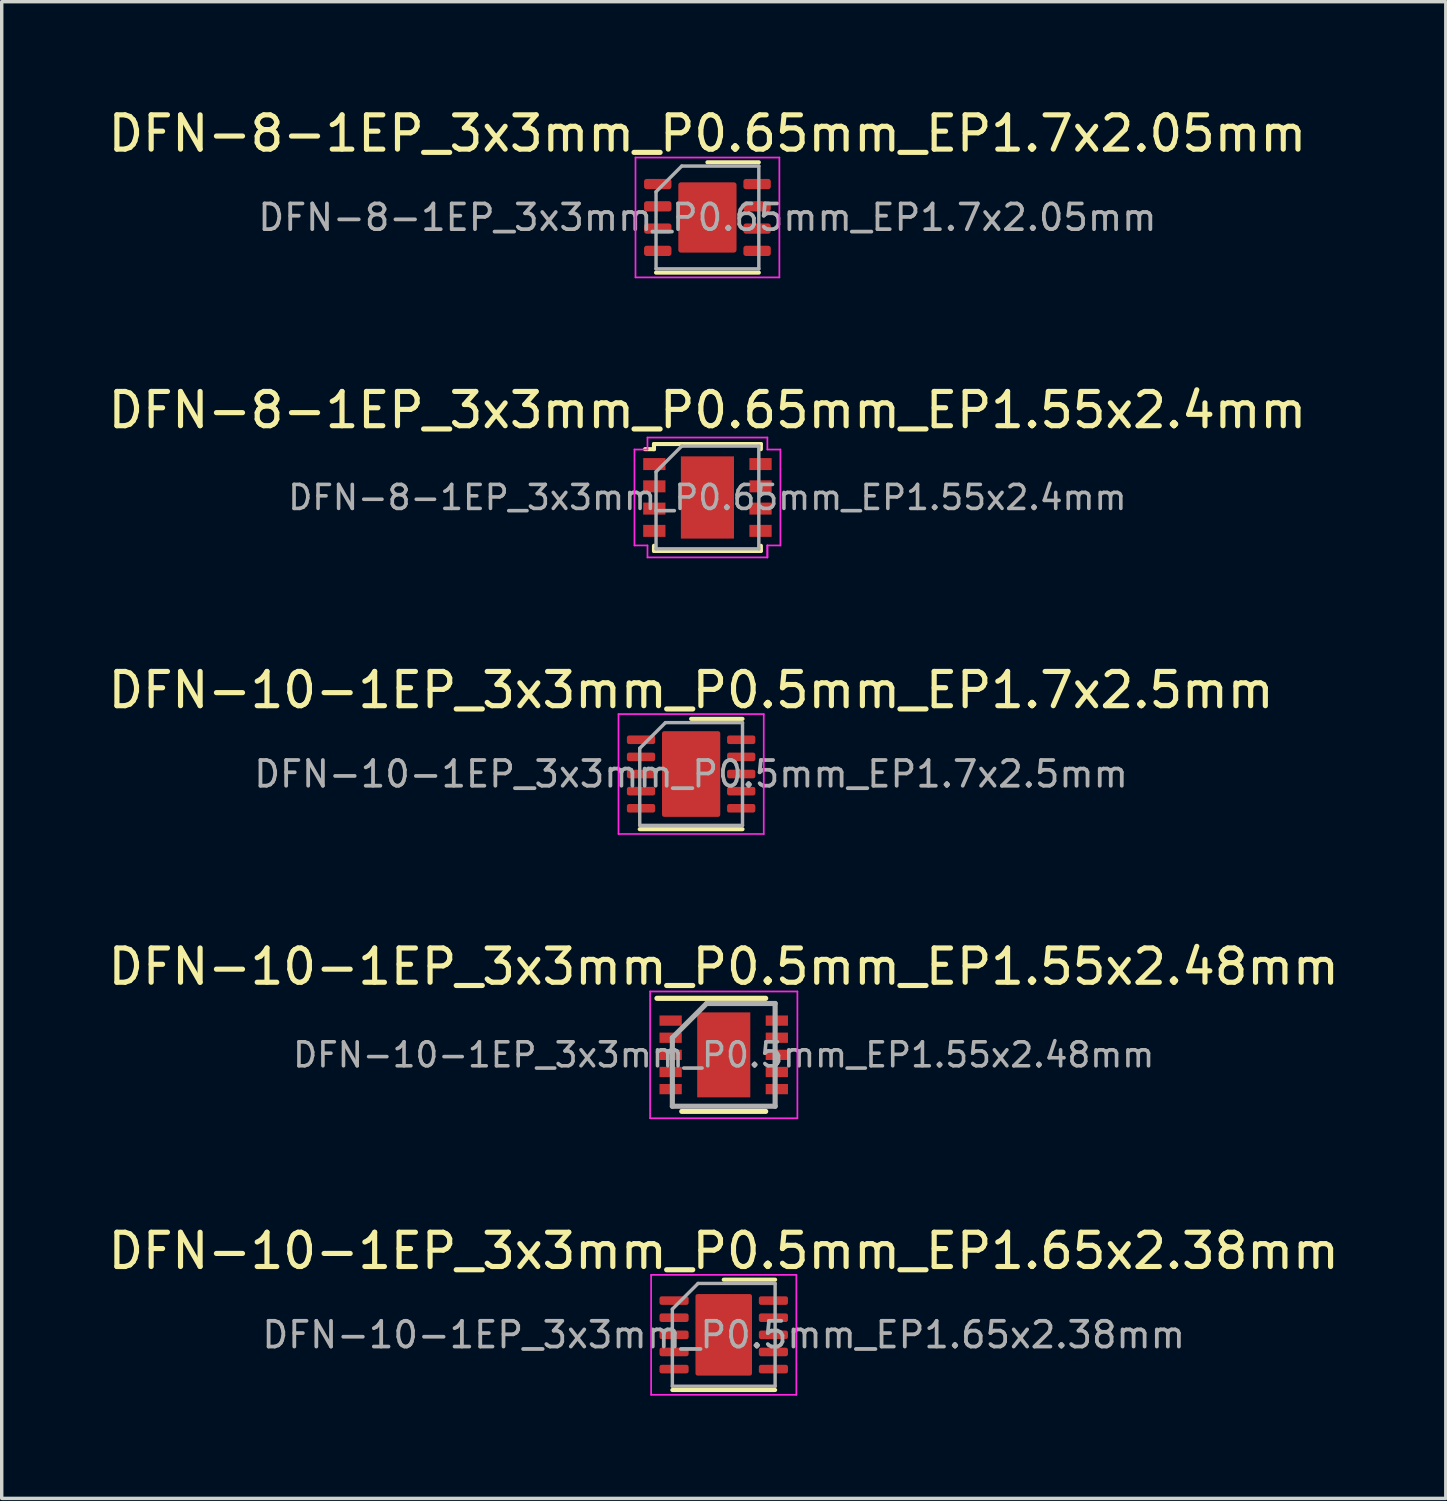
<source format=kicad_pcb>
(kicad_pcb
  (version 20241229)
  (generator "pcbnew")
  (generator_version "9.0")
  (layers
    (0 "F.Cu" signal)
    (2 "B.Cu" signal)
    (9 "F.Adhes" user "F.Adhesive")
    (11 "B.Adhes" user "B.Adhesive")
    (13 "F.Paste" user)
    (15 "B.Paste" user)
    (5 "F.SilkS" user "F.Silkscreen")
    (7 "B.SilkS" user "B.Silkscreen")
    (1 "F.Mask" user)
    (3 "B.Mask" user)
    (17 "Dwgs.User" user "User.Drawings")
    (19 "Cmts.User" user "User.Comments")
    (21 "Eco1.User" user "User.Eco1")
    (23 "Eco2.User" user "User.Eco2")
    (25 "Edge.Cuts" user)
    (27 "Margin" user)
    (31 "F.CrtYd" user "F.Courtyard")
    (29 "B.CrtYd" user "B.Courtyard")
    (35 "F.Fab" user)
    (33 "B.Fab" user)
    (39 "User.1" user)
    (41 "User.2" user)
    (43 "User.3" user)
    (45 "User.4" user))
  (footprint "DFN-8-1EP_3x3mm_P0.65mm_EP1.7x2.05mm"
    (layer "F.Cu")
    (at 17.601 3.298)
    (property "Reference" "DFN-8-1EP_3x3mm_P0.65mm_EP1.7x2.05mm" (at 0 -2.45 0) (layer "F.SilkS") (effects (font (size 1 1) (thickness 0.15))))
    (attr smd)
    (fp_line (start -1.5 1.61) (end 1.5 1.61) (stroke (width 0.12) (type solid)) (layer "F.SilkS"))
    (fp_line (start 0 -1.61) (end 1.5 -1.61) (stroke (width 0.12) (type solid)) (layer "F.SilkS"))
    (fp_line (start -2.1 -1.75) (end -2.1 1.75) (stroke (width 0.05) (type solid)) (layer "F.CrtYd"))
    (fp_line (start -2.1 1.75) (end 2.1 1.75) (stroke (width 0.05) (type solid)) (layer "F.CrtYd"))
    (fp_line (start 2.1 -1.75) (end -2.1 -1.75) (stroke (width 0.05) (type solid)) (layer "F.CrtYd"))
    (fp_line (start 2.1 1.75) (end 2.1 -1.75) (stroke (width 0.05) (type solid)) (layer "F.CrtYd"))
    (fp_line (start -1.5 -0.75) (end -0.75 -1.5) (stroke (width 0.1) (type solid)) (layer "F.Fab"))
    (fp_line (start -1.5 1.5) (end -1.5 -0.75) (stroke (width 0.1) (type solid)) (layer "F.Fab"))
    (fp_line (start -0.75 -1.5) (end 1.5 -1.5) (stroke (width 0.1) (type solid)) (layer "F.Fab"))
    (fp_line (start 1.5 -1.5) (end 1.5 1.5) (stroke (width 0.1) (type solid)) (layer "F.Fab"))
    (fp_line (start 1.5 1.5) (end -1.5 1.5) (stroke (width 0.1) (type solid)) (layer "F.Fab"))
    (fp_text user "${REFERENCE}" (at 0 0 0) (layer "F.Fab") (effects (font (size 0.75 0.75) (thickness 0.11))))
    (pad "" smd roundrect (at -0.425 -0.51) (size 0.69 0.83) (layers "F.Paste") (roundrect_rratio 0.25))
    (pad "" smd roundrect (at -0.425 0.51) (size 0.69 0.83) (layers "F.Paste") (roundrect_rratio 0.25))
    (pad "" smd roundrect (at 0.425 -0.51) (size 0.69 0.83) (layers "F.Paste") (roundrect_rratio 0.25))
    (pad "" smd roundrect (at 0.425 0.51) (size 0.69 0.83) (layers "F.Paste") (roundrect_rratio 0.25))
    (pad "1" smd roundrect (at -1.45 -0.975) (size 0.8 0.3) (layers "F.Cu" "F.Mask" "F.Paste") (roundrect_rratio 0.25))
    (pad "2" smd roundrect (at -1.45 -0.325) (size 0.8 0.3) (layers "F.Cu" "F.Mask" "F.Paste") (roundrect_rratio 0.25))
    (pad "3" smd roundrect (at -1.45 0.325) (size 0.8 0.3) (layers "F.Cu" "F.Mask" "F.Paste") (roundrect_rratio 0.25))
    (pad "4" smd roundrect (at -1.45 0.975) (size 0.8 0.3) (layers "F.Cu" "F.Mask" "F.Paste") (roundrect_rratio 0.25))
    (pad "5" smd roundrect (at 1.45 0.975) (size 0.8 0.3) (layers "F.Cu" "F.Mask" "F.Paste") (roundrect_rratio 0.25))
    (pad "6" smd roundrect (at 1.45 0.325) (size 0.8 0.3) (layers "F.Cu" "F.Mask" "F.Paste") (roundrect_rratio 0.25))
    (pad "7" smd roundrect (at 1.45 -0.325) (size 0.8 0.3) (layers "F.Cu" "F.Mask" "F.Paste") (roundrect_rratio 0.25))
    (pad "8" smd roundrect (at 1.45 -0.975) (size 0.8 0.3) (layers "F.Cu" "F.Mask" "F.Paste") (roundrect_rratio 0.25))
    (pad "9" smd roundrect (at 0 0) (size 1.7 2.05) (layers "F.Cu" "F.Mask") (roundrect_rratio 0.044)))
  (footprint "DFN-10-1EP_3x3mm_P0.5mm_EP1.7x2.5mm"
    (layer "F.Cu")
    (at 17.125 19.545)
    (property "Reference" "DFN-10-1EP_3x3mm_P0.5mm_EP1.7x2.5mm" (at 0 -2.45 0) (layer "F.SilkS") (effects (font (size 1 1) (thickness 0.15))))
    (attr smd)
    (fp_line (start -1.5 1.61) (end 1.5 1.61) (stroke (width 0.12) (type solid)) (layer "F.SilkS"))
    (fp_line (start 0 -1.61) (end 1.5 -1.61) (stroke (width 0.12) (type solid)) (layer "F.SilkS"))
    (fp_line (start -2.12 -1.75) (end -2.12 1.75) (stroke (width 0.05) (type solid)) (layer "F.CrtYd"))
    (fp_line (start -2.12 1.75) (end 2.12 1.75) (stroke (width 0.05) (type solid)) (layer "F.CrtYd"))
    (fp_line (start 2.12 -1.75) (end -2.12 -1.75) (stroke (width 0.05) (type solid)) (layer "F.CrtYd"))
    (fp_line (start 2.12 1.75) (end 2.12 -1.75) (stroke (width 0.05) (type solid)) (layer "F.CrtYd"))
    (fp_line (start -1.5 -0.75) (end -0.75 -1.5) (stroke (width 0.1) (type solid)) (layer "F.Fab"))
    (fp_line (start -1.5 1.5) (end -1.5 -0.75) (stroke (width 0.1) (type solid)) (layer "F.Fab"))
    (fp_line (start -0.75 -1.5) (end 1.5 -1.5) (stroke (width 0.1) (type solid)) (layer "F.Fab"))
    (fp_line (start 1.5 -1.5) (end 1.5 1.5) (stroke (width 0.1) (type solid)) (layer "F.Fab"))
    (fp_line (start 1.5 1.5) (end -1.5 1.5) (stroke (width 0.1) (type solid)) (layer "F.Fab"))
    (fp_text user "${REFERENCE}" (at 0 0 0) (layer "F.Fab") (effects (font (size 0.75 0.75) (thickness 0.11))))
    (pad "" smd roundrect (at -0.425 -0.625) (size 0.69 1.01) (layers "F.Paste") (roundrect_rratio 0.25))
    (pad "" smd roundrect (at -0.425 0.625) (size 0.69 1.01) (layers "F.Paste") (roundrect_rratio 0.25))
    (pad "" smd roundrect (at 0.425 -0.625) (size 0.69 1.01) (layers "F.Paste") (roundrect_rratio 0.25))
    (pad "" smd roundrect (at 0.425 0.625) (size 0.69 1.01) (layers "F.Paste") (roundrect_rratio 0.25))
    (pad "1" smd roundrect (at -1.462 -1) (size 0.825 0.25) (layers "F.Cu" "F.Mask" "F.Paste") (roundrect_rratio 0.25))
    (pad "2" smd roundrect (at -1.462 -0.5) (size 0.825 0.25) (layers "F.Cu" "F.Mask" "F.Paste") (roundrect_rratio 0.25))
    (pad "3" smd roundrect (at -1.462 0) (size 0.825 0.25) (layers "F.Cu" "F.Mask" "F.Paste") (roundrect_rratio 0.25))
    (pad "4" smd roundrect (at -1.462 0.5) (size 0.825 0.25) (layers "F.Cu" "F.Mask" "F.Paste") (roundrect_rratio 0.25))
    (pad "5" smd roundrect (at -1.462 1) (size 0.825 0.25) (layers "F.Cu" "F.Mask" "F.Paste") (roundrect_rratio 0.25))
    (pad "6" smd roundrect (at 1.462 1) (size 0.825 0.25) (layers "F.Cu" "F.Mask" "F.Paste") (roundrect_rratio 0.25))
    (pad "7" smd roundrect (at 1.462 0.5) (size 0.825 0.25) (layers "F.Cu" "F.Mask" "F.Paste") (roundrect_rratio 0.25))
    (pad "8" smd roundrect (at 1.462 0) (size 0.825 0.25) (layers "F.Cu" "F.Mask" "F.Paste") (roundrect_rratio 0.25))
    (pad "9" smd roundrect (at 1.462 -0.5) (size 0.825 0.25) (layers "F.Cu" "F.Mask" "F.Paste") (roundrect_rratio 0.25))
    (pad "10" smd roundrect (at 1.462 -1) (size 0.825 0.25) (layers "F.Cu" "F.Mask" "F.Paste") (roundrect_rratio 0.25))
    (pad "11" smd roundrect (at 0 0) (size 1.7 2.5) (layers "F.Cu" "F.Mask") (roundrect_rratio 0.037)))
  (footprint "DFN-8-1EP_3x3mm_P0.65mm_EP1.55x2.4mm"
    (layer "F.Cu")
    (at 17.601 11.472)
    (property "Reference" "DFN-8-1EP_3x3mm_P0.65mm_EP1.55x2.4mm" (at 0 -2.55 0) (layer "F.SilkS") (effects (font (size 1 1) (thickness 0.15))))
    (attr smd)
    (fp_line (start -1.56 -1.56) (end -1.56 -1.41) (stroke (width 0.12) (type solid)) (layer "F.SilkS"))
    (fp_line (start -1.56 -1.56) (end 1.56 -1.56) (stroke (width 0.12) (type solid)) (layer "F.SilkS"))
    (fp_line (start -1.56 -1.41) (end -1.82 -1.41) (stroke (width 0.12) (type solid)) (layer "F.SilkS"))
    (fp_line (start -1.56 1.56) (end -1.56 1.41) (stroke (width 0.12) (type solid)) (layer "F.SilkS"))
    (fp_line (start -1.56 1.56) (end 1.56 1.56) (stroke (width 0.12) (type solid)) (layer "F.SilkS"))
    (fp_line (start 1.56 -1.56) (end 1.56 -1.41) (stroke (width 0.12) (type solid)) (layer "F.SilkS"))
    (fp_line (start 1.56 1.56) (end 1.56 1.41) (stroke (width 0.12) (type solid)) (layer "F.SilkS"))
    (fp_line (start -2.13 -1.4) (end -2.13 1.4) (stroke (width 0.05) (type solid)) (layer "F.CrtYd"))
    (fp_line (start -1.75 -1.75) (end -1.75 -1.4) (stroke (width 0.05) (type solid)) (layer "F.CrtYd"))
    (fp_line (start -1.75 -1.75) (end 1.75 -1.75) (stroke (width 0.05) (type solid)) (layer "F.CrtYd"))
    (fp_line (start -1.75 -1.4) (end -2.13 -1.4) (stroke (width 0.05) (type solid)) (layer "F.CrtYd"))
    (fp_line (start -1.75 1.4) (end -2.13 1.4) (stroke (width 0.05) (type solid)) (layer "F.CrtYd"))
    (fp_line (start -1.75 1.75) (end -1.75 1.4) (stroke (width 0.05) (type solid)) (layer "F.CrtYd"))
    (fp_line (start -1.75 1.75) (end 1.75 1.75) (stroke (width 0.05) (type solid)) (layer "F.CrtYd"))
    (fp_line (start 1.75 -1.75) (end 1.75 -1.4) (stroke (width 0.05) (type solid)) (layer "F.CrtYd"))
    (fp_line (start 1.75 -1.4) (end 2.13 -1.4) (stroke (width 0.05) (type solid)) (layer "F.CrtYd"))
    (fp_line (start 1.75 1.4) (end 2.13 1.4) (stroke (width 0.05) (type solid)) (layer "F.CrtYd"))
    (fp_line (start 1.75 1.75) (end 1.75 1.4) (stroke (width 0.05) (type solid)) (layer "F.CrtYd"))
    (fp_line (start 1.75 1.75) (end 1.75 1.4) (stroke (width 0.05) (type solid)) (layer "F.CrtYd"))
    (fp_line (start 2.13 -1.4) (end 2.13 1.4) (stroke (width 0.05) (type solid)) (layer "F.CrtYd"))
    (fp_line (start -1.5 -0.75) (end -0.75 -1.5) (stroke (width 0.1) (type solid)) (layer "F.Fab"))
    (fp_line (start -1.5 1.5) (end -1.5 -0.75) (stroke (width 0.1) (type solid)) (layer "F.Fab"))
    (fp_line (start -0.75 -1.5) (end 1.5 -1.5) (stroke (width 0.1) (type solid)) (layer "F.Fab"))
    (fp_line (start 1.5 -1.5) (end 1.5 1.5) (stroke (width 0.1) (type solid)) (layer "F.Fab"))
    (fp_line (start 1.5 1.5) (end -1.5 1.5) (stroke (width 0.1) (type solid)) (layer "F.Fab"))
    (fp_text user "${REFERENCE}" (at 0 0 0) (layer "F.Fab") (effects (font (size 0.7 0.7) (thickness 0.105))))
    (pad "" smd rect (at -0.388 -0.6) (size 0.6 1) (layers "F.Paste"))
    (pad "" smd rect (at -0.388 0.6) (size 0.6 1) (layers "F.Paste"))
    (pad "" smd rect (at 0.388 -0.6) (size 0.6 1) (layers "F.Paste"))
    (pad "" smd rect (at 0.388 0.6) (size 0.6 1) (layers "F.Paste"))
    (pad "1" smd rect (at -1.55 -0.975) (size 0.65 0.35) (layers "F.Cu" "F.Mask" "F.Paste"))
    (pad "2" smd rect (at -1.55 -0.325) (size 0.65 0.35) (layers "F.Cu" "F.Mask" "F.Paste"))
    (pad "3" smd rect (at -1.55 0.325) (size 0.65 0.35) (layers "F.Cu" "F.Mask" "F.Paste"))
    (pad "4" smd rect (at -1.55 0.975) (size 0.65 0.35) (layers "F.Cu" "F.Mask" "F.Paste"))
    (pad "5" smd rect (at 1.55 0.975) (size 0.65 0.35) (layers "F.Cu" "F.Mask" "F.Paste"))
    (pad "6" smd rect (at 1.55 0.325) (size 0.65 0.35) (layers "F.Cu" "F.Mask" "F.Paste"))
    (pad "7" smd rect (at 1.55 -0.325) (size 0.65 0.35) (layers "F.Cu" "F.Mask" "F.Paste"))
    (pad "8" smd rect (at 1.55 -0.975) (size 0.65 0.35) (layers "F.Cu" "F.Mask" "F.Paste"))
    (pad "9" smd rect (at 0 0) (size 1.55 2.4) (layers "F.Cu" "F.Mask")))
  (footprint "DFN-10-1EP_3x3mm_P0.5mm_EP1.55x2.48mm"
    (layer "F.Cu")
    (at 18.077 27.743)
    (property "Reference" "DFN-10-1EP_3x3mm_P0.5mm_EP1.55x2.48mm" (at 0 -2.575 0) (layer "F.SilkS") (effects (font (size 1 1) (thickness 0.15))))
    (attr smd)
    (fp_line (start -1.95 -1.65) (end 1.225 -1.65) (stroke (width 0.15) (type solid)) (layer "F.SilkS"))
    (fp_line (start -1.225 1.65) (end 1.225 1.65) (stroke (width 0.15) (type solid)) (layer "F.SilkS"))
    (fp_line (start -2.15 -1.85) (end -2.15 1.85) (stroke (width 0.05) (type solid)) (layer "F.CrtYd"))
    (fp_line (start -2.15 -1.85) (end 2.15 -1.85) (stroke (width 0.05) (type solid)) (layer "F.CrtYd"))
    (fp_line (start -2.15 1.85) (end 2.15 1.85) (stroke (width 0.05) (type solid)) (layer "F.CrtYd"))
    (fp_line (start 2.15 -1.85) (end 2.15 1.85) (stroke (width 0.05) (type solid)) (layer "F.CrtYd"))
    (fp_line (start -1.5 -0.5) (end -0.5 -1.5) (stroke (width 0.15) (type solid)) (layer "F.Fab"))
    (fp_line (start -1.5 1.5) (end -1.5 -0.5) (stroke (width 0.15) (type solid)) (layer "F.Fab"))
    (fp_line (start -0.5 -1.5) (end 1.5 -1.5) (stroke (width 0.15) (type solid)) (layer "F.Fab"))
    (fp_line (start 1.5 -1.5) (end 1.5 1.5) (stroke (width 0.15) (type solid)) (layer "F.Fab"))
    (fp_line (start 1.5 1.5) (end -1.5 1.5) (stroke (width 0.15) (type solid)) (layer "F.Fab"))
    (fp_text user "${REFERENCE}" (at 0 0 0) (layer "F.Fab") (effects (font (size 0.7 0.7) (thickness 0.105))))
    (pad "" smd rect (at -0.388 -0.62) (size 0.6 1.05) (layers "F.Paste"))
    (pad "" smd rect (at -0.388 0.62) (size 0.6 1.05) (layers "F.Paste"))
    (pad "" smd rect (at 0.388 -0.62) (size 0.6 1.05) (layers "F.Paste"))
    (pad "" smd rect (at 0.388 0.62) (size 0.6 1.05) (layers "F.Paste"))
    (pad "1" smd rect (at -1.55 -1) (size 0.65 0.3) (layers "F.Cu" "F.Mask" "F.Paste"))
    (pad "2" smd rect (at -1.55 -0.5) (size 0.65 0.3) (layers "F.Cu" "F.Mask" "F.Paste"))
    (pad "3" smd rect (at -1.55 0) (size 0.65 0.3) (layers "F.Cu" "F.Mask" "F.Paste"))
    (pad "4" smd rect (at -1.55 0.5) (size 0.65 0.3) (layers "F.Cu" "F.Mask" "F.Paste"))
    (pad "5" smd rect (at -1.55 1) (size 0.65 0.3) (layers "F.Cu" "F.Mask" "F.Paste"))
    (pad "6" smd rect (at 1.55 1) (size 0.65 0.3) (layers "F.Cu" "F.Mask" "F.Paste"))
    (pad "7" smd rect (at 1.55 0.5) (size 0.65 0.3) (layers "F.Cu" "F.Mask" "F.Paste"))
    (pad "8" smd rect (at 1.55 0) (size 0.65 0.3) (layers "F.Cu" "F.Mask" "F.Paste"))
    (pad "9" smd rect (at 1.55 -0.5) (size 0.65 0.3) (layers "F.Cu" "F.Mask" "F.Paste"))
    (pad "10" smd rect (at 1.55 -1) (size 0.65 0.3) (layers "F.Cu" "F.Mask" "F.Paste"))
    (pad "11" smd rect (at 0 0) (size 1.55 2.48) (layers "F.Cu" "F.Mask")))
  (footprint "DFN-10-1EP_3x3mm_P0.5mm_EP1.65x2.38mm"
    (layer "F.Cu")
    (at 18.077 35.916)
    (property "Reference" "DFN-10-1EP_3x3mm_P0.5mm_EP1.65x2.38mm" (at 0 -2.45 0) (layer "F.SilkS") (effects (font (size 1 1) (thickness 0.15))))
    (attr smd)
    (fp_line (start -1.5 1.61) (end 1.5 1.61) (stroke (width 0.12) (type solid)) (layer "F.SilkS"))
    (fp_line (start 0 -1.61) (end 1.5 -1.61) (stroke (width 0.12) (type solid)) (layer "F.SilkS"))
    (fp_line (start -2.12 -1.75) (end -2.12 1.75) (stroke (width 0.05) (type solid)) (layer "F.CrtYd"))
    (fp_line (start -2.12 1.75) (end 2.12 1.75) (stroke (width 0.05) (type solid)) (layer "F.CrtYd"))
    (fp_line (start 2.12 -1.75) (end -2.12 -1.75) (stroke (width 0.05) (type solid)) (layer "F.CrtYd"))
    (fp_line (start 2.12 1.75) (end 2.12 -1.75) (stroke (width 0.05) (type solid)) (layer "F.CrtYd"))
    (fp_line (start -1.5 -0.75) (end -0.75 -1.5) (stroke (width 0.1) (type solid)) (layer "F.Fab"))
    (fp_line (start -1.5 1.5) (end -1.5 -0.75) (stroke (width 0.1) (type solid)) (layer "F.Fab"))
    (fp_line (start -0.75 -1.5) (end 1.5 -1.5) (stroke (width 0.1) (type solid)) (layer "F.Fab"))
    (fp_line (start 1.5 -1.5) (end 1.5 1.5) (stroke (width 0.1) (type solid)) (layer "F.Fab"))
    (fp_line (start 1.5 1.5) (end -1.5 1.5) (stroke (width 0.1) (type solid)) (layer "F.Fab"))
    (fp_text user "${REFERENCE}" (at 0 0 0) (layer "F.Fab") (effects (font (size 0.75 0.75) (thickness 0.11))))
    (pad "" smd roundrect (at -0.41 -0.595) (size 0.67 0.96) (layers "F.Paste") (roundrect_rratio 0.25))
    (pad "" smd roundrect (at -0.41 0.595) (size 0.67 0.96) (layers "F.Paste") (roundrect_rratio 0.25))
    (pad "" smd roundrect (at 0.41 -0.595) (size 0.67 0.96) (layers "F.Paste") (roundrect_rratio 0.25))
    (pad "" smd roundrect (at 0.41 0.595) (size 0.67 0.96) (layers "F.Paste") (roundrect_rratio 0.25))
    (pad "1" smd roundrect (at -1.45 -1) (size 0.85 0.25) (layers "F.Cu" "F.Mask" "F.Paste") (roundrect_rratio 0.25))
    (pad "2" smd roundrect (at -1.45 -0.5) (size 0.85 0.25) (layers "F.Cu" "F.Mask" "F.Paste") (roundrect_rratio 0.25))
    (pad "3" smd roundrect (at -1.45 0) (size 0.85 0.25) (layers "F.Cu" "F.Mask" "F.Paste") (roundrect_rratio 0.25))
    (pad "4" smd roundrect (at -1.45 0.5) (size 0.85 0.25) (layers "F.Cu" "F.Mask" "F.Paste") (roundrect_rratio 0.25))
    (pad "5" smd roundrect (at -1.45 1) (size 0.85 0.25) (layers "F.Cu" "F.Mask" "F.Paste") (roundrect_rratio 0.25))
    (pad "6" smd roundrect (at 1.45 1) (size 0.85 0.25) (layers "F.Cu" "F.Mask" "F.Paste") (roundrect_rratio 0.25))
    (pad "7" smd roundrect (at 1.45 0.5) (size 0.85 0.25) (layers "F.Cu" "F.Mask" "F.Paste") (roundrect_rratio 0.25))
    (pad "8" smd roundrect (at 1.45 0) (size 0.85 0.25) (layers "F.Cu" "F.Mask" "F.Paste") (roundrect_rratio 0.25))
    (pad "9" smd roundrect (at 1.45 -0.5) (size 0.85 0.25) (layers "F.Cu" "F.Mask" "F.Paste") (roundrect_rratio 0.25))
    (pad "10" smd roundrect (at 1.45 -1) (size 0.85 0.25) (layers "F.Cu" "F.Mask" "F.Paste") (roundrect_rratio 0.25))
    (pad "11" smd roundrect (at 0 0) (size 1.65 2.38) (layers "F.Cu" "F.Mask") (roundrect_rratio 0.038)))
  (gr_rect
    (start -3 -3)
    (end 39.155 40.691)
    (stroke (width 0.1) (type default))
    (fill no)
    (layer "Edge.Cuts")))
</source>
